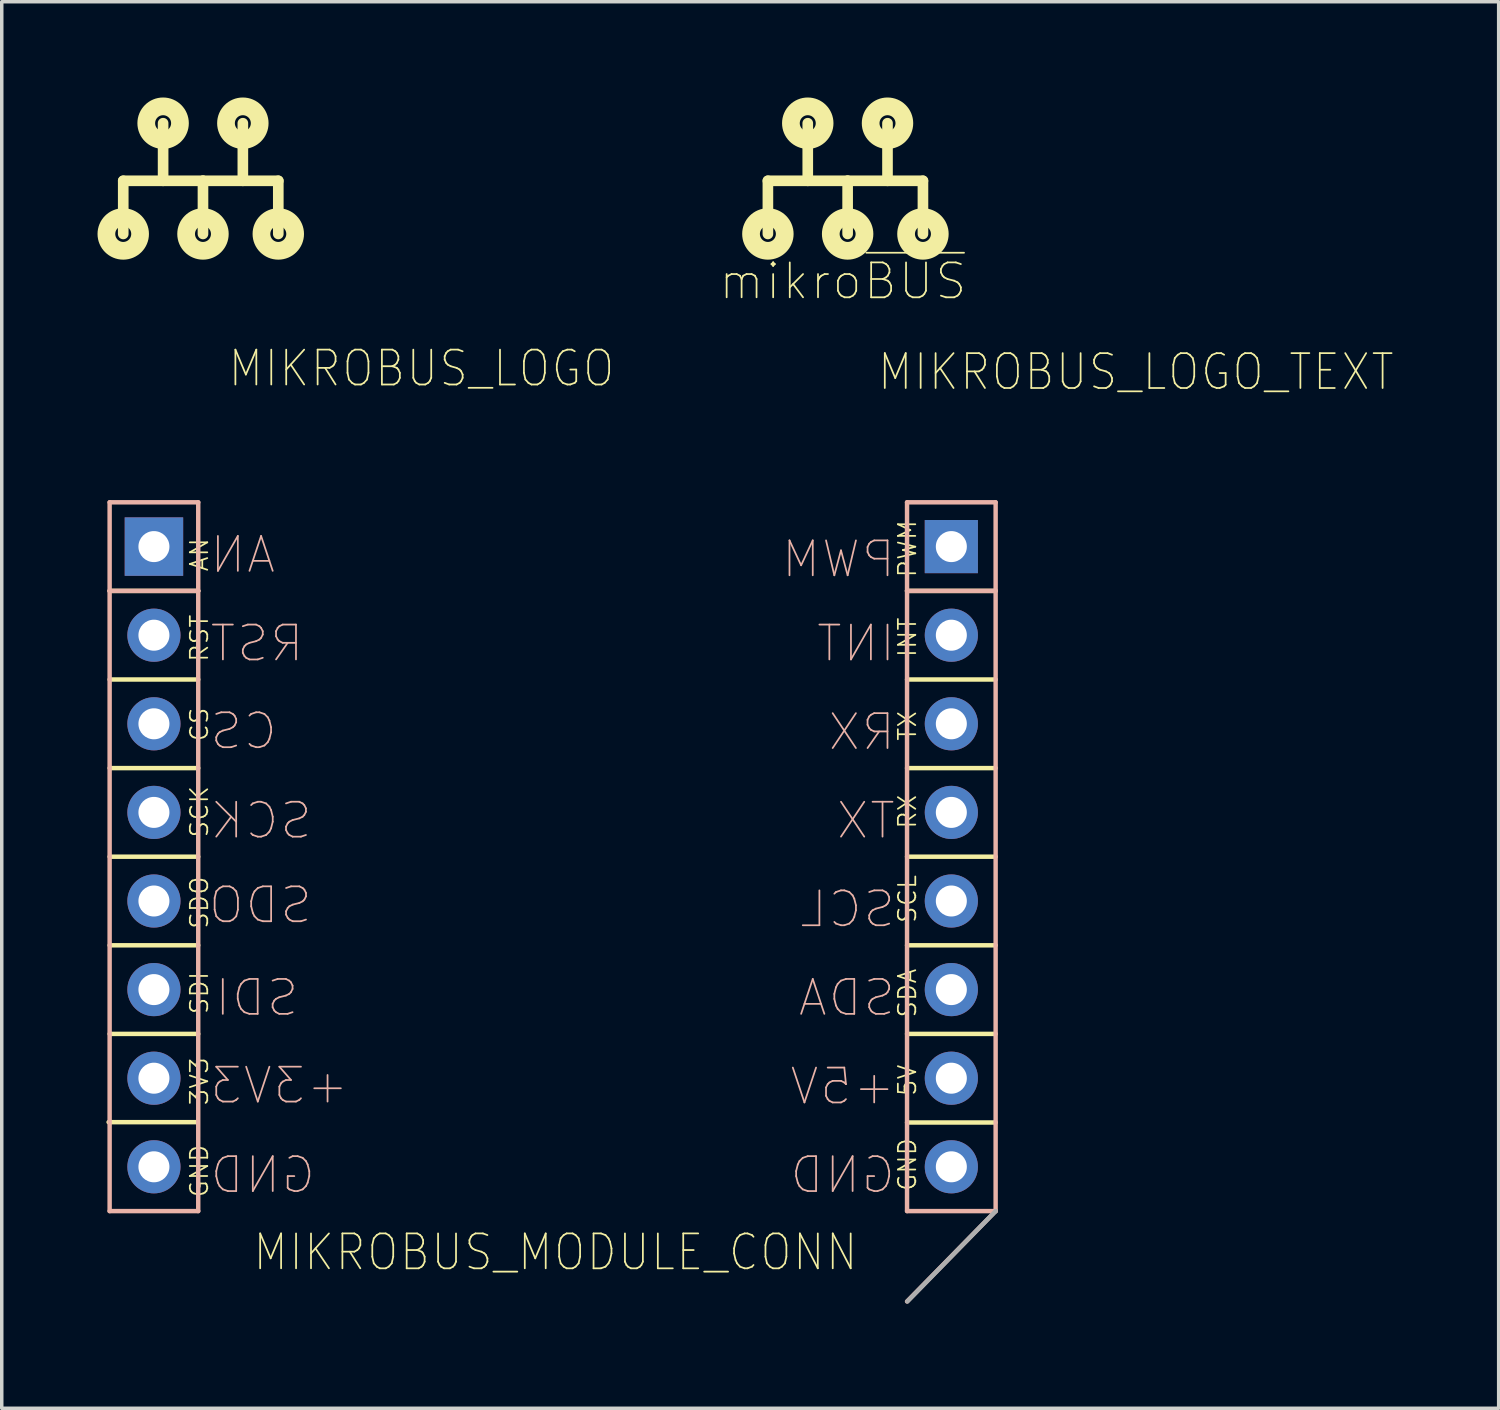
<source format=kicad_pcb>
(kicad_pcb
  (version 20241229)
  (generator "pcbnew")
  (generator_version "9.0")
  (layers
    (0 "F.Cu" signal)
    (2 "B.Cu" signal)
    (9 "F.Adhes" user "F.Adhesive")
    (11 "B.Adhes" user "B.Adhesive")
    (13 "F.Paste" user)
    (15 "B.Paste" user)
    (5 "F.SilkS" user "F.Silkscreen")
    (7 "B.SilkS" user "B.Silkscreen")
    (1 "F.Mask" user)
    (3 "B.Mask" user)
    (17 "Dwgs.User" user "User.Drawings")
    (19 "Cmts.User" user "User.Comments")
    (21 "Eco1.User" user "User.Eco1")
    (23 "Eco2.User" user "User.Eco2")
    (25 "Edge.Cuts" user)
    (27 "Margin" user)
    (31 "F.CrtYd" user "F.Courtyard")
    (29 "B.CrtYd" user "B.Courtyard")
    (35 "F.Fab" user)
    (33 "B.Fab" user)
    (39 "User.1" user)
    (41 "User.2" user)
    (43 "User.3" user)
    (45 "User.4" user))
  (footprint "MIKROBUS_MODULE_CONN"
    (layer "F.Cu")
    (at 1.363 12.62)
    (property "Reference" "MIKROBUS_MODULE_CONN" (at 11.51 20.23 0) (layer "F.SilkS") (effects (font (size 1 0.9) (thickness 0.05))))
    (attr through_hole)
    (fp_line (start -1.3 16.5) (end 1.24 16.5) (stroke (width 0.127) (type solid)) (layer "F.SilkS"))
    (fp_line (start -1.27 1.27) (end 1.27 1.27) (stroke (width 0.127) (type solid)) (layer "F.SilkS"))
    (fp_line (start -1.27 3.81) (end 1.27 3.81) (stroke (width 0.127) (type solid)) (layer "F.SilkS"))
    (fp_line (start -1.27 6.35) (end 1.27 6.35) (stroke (width 0.127) (type solid)) (layer "F.SilkS"))
    (fp_line (start -1.27 8.89) (end 1.27 8.89) (stroke (width 0.127) (type solid)) (layer "F.SilkS"))
    (fp_line (start -1.27 11.43) (end 1.27 11.43) (stroke (width 0.127) (type solid)) (layer "F.SilkS"))
    (fp_line (start -1.27 13.97) (end 1.27 13.97) (stroke (width 0.127) (type solid)) (layer "F.SilkS"))
    (fp_line (start 21.59 1.27) (end 24.13 1.27) (stroke (width 0.127) (type solid)) (layer "F.SilkS"))
    (fp_line (start 21.59 3.81) (end 24.13 3.81) (stroke (width 0.127) (type solid)) (layer "F.SilkS"))
    (fp_line (start 21.59 6.35) (end 24.13 6.35) (stroke (width 0.127) (type solid)) (layer "F.SilkS"))
    (fp_line (start 21.59 8.89) (end 24.13 8.89) (stroke (width 0.127) (type solid)) (layer "F.SilkS"))
    (fp_line (start 21.59 11.43) (end 24.13 11.43) (stroke (width 0.127) (type solid)) (layer "F.SilkS"))
    (fp_line (start 21.59 13.97) (end 24.13 13.97) (stroke (width 0.127) (type solid)) (layer "F.SilkS"))
    (fp_line (start 21.59 16.51) (end 24.13 16.51) (stroke (width 0.127) (type solid)) (layer "F.SilkS"))
    (fp_line (start -1.27 -1.27) (end -1.27 1.27) (stroke (width 0.127) (type solid)) (layer "B.SilkS"))
    (fp_line (start -1.27 1.27) (end -1.27 19.05) (stroke (width 0.127) (type solid)) (layer "B.SilkS"))
    (fp_line (start -1.27 1.27) (end 1.27 1.27) (stroke (width 0.127) (type solid)) (layer "B.SilkS"))
    (fp_line (start -1.27 19.05) (end 1.27 19.05) (stroke (width 0.127) (type solid)) (layer "B.SilkS"))
    (fp_line (start 1.27 -1.27) (end -1.27 -1.27) (stroke (width 0.127) (type solid)) (layer "B.SilkS"))
    (fp_line (start 1.27 1.27) (end 1.27 -1.27) (stroke (width 0.127) (type solid)) (layer "B.SilkS"))
    (fp_line (start 1.27 19.05) (end 1.27 1.27) (stroke (width 0.127) (type solid)) (layer "B.SilkS"))
    (fp_line (start 21.59 -1.27) (end 21.59 1.27) (stroke (width 0.127) (type solid)) (layer "B.SilkS"))
    (fp_line (start 21.59 -1.27) (end 24.13 -1.27) (stroke (width 0.127) (type solid)) (layer "B.SilkS"))
    (fp_line (start 21.59 1.27) (end 21.59 19.05) (stroke (width 0.127) (type solid)) (layer "B.SilkS"))
    (fp_line (start 21.59 1.27) (end 24.13 1.27) (stroke (width 0.127) (type solid)) (layer "B.SilkS"))
    (fp_line (start 21.59 19.05) (end 24.13 19.05) (stroke (width 0.127) (type solid)) (layer "B.SilkS"))
    (fp_line (start 24.13 -1.27) (end 24.13 19.05) (stroke (width 0.127) (type solid)) (layer "B.SilkS"))
    (fp_line (start 24.13 19.05) (end 21.59 21.64) (stroke (width 0.127) (type solid)) (layer "B.SilkS"))
    (fp_line (start 24.13 19.05) (end 21.6 21.64) (stroke (width 0.127) (type solid)) (layer "F.Fab"))
    (fp_text user "GND" (at 21.598 17.715 90) (layer "F.SilkS") (effects (font (size 0.5 0.5) (thickness 0.05))))
    (fp_text user "SDA" (at 21.598 12.8 90) (layer "F.SilkS") (effects (font (size 0.5 0.5) (thickness 0.05))))
    (fp_text user "CS" (at 1.3 5.1 90) (layer "F.SilkS") (effects (font (size 0.5 0.5) (thickness 0.05))))
    (fp_text user "SCL" (at 21.598 10.1 90) (layer "F.SilkS") (effects (font (size 0.5 0.5) (thickness 0.05))))
    (fp_text user "AN" (at 1.3 0.235 90) (layer "F.SilkS") (effects (font (size 0.5 0.5) (thickness 0.05))))
    (fp_text user "INT" (at 21.598 2.6 90) (layer "F.SilkS") (effects (font (size 0.5 0.5) (thickness 0.05))))
    (fp_text user "TX" (at 21.598 5.141 90) (layer "F.SilkS") (effects (font (size 0.5 0.5) (thickness 0.05))))
    (fp_text user "SCK" (at 1.3 7.6 90) (layer "F.SilkS") (effects (font (size 0.5 0.5) (thickness 0.05))))
    (fp_text user "RST" (at 1.3 2.624 90) (layer "F.SilkS") (effects (font (size 0.5 0.5) (thickness 0.05))))
    (fp_text user "3V3" (at 1.3 15.329 90) (layer "F.SilkS") (effects (font (size 0.5 0.5) (thickness 0.05))))
    (fp_text user "5V" (at 21.598 15.3 90) (layer "F.SilkS") (effects (font (size 0.5 0.5) (thickness 0.05))))
    (fp_text user "GND" (at 1.3 17.9 90) (layer "F.SilkS") (effects (font (size 0.5 0.5) (thickness 0.05))))
    (fp_text user "SDI" (at 1.3 12.797 90) (layer "F.SilkS") (effects (font (size 0.5 0.5) (thickness 0.05))))
    (fp_text user "RX" (at 21.598 7.6 90) (layer "F.SilkS") (effects (font (size 0.5 0.5) (thickness 0.05))))
    (fp_text user "SDO" (at 1.3 10.206 90) (layer "F.SilkS") (effects (font (size 0.5 0.5) (thickness 0.05))))
    (fp_text user "PWM" (at 21.598 0.062 90) (layer "F.SilkS") (effects (font (size 0.5 0.5) (thickness 0.05))))
    (fp_text user "GND" (at 3.12 18.015 0) (layer "B.SilkS") (effects (font (size 1 1) (thickness 0.05)) (justify mirror)))
    (fp_text user "+3V3" (at 3.596 15.45 0) (layer "B.SilkS") (effects (font (size 1 1) (thickness 0.05)) (justify mirror)))
    (fp_text user "PWM" (at 19.625 0.362 0) (layer "B.SilkS") (effects (font (size 1 1) (thickness 0.05)) (justify mirror)))
    (fp_text user "TX" (at 20.411 7.855 0) (layer "B.SilkS") (effects (font (size 1 1) (thickness 0.05)) (justify mirror)))
    (fp_text user "SDO" (at 3.05 10.28 0) (layer "B.SilkS") (effects (font (size 1 1) (thickness 0.05)) (justify mirror)))
    (fp_text user "INT" (at 20.125 2.775 0) (layer "B.SilkS") (effects (font (size 1 1) (thickness 0.05)) (justify mirror)))
    (fp_text user "CS" (at 2.572 5.29 0) (layer "B.SilkS") (effects (font (size 1 1) (thickness 0.05)) (justify mirror)))
    (fp_text user "GND" (at 19.744 18.015 0) (layer "B.SilkS") (effects (font (size 1 1) (thickness 0.05)) (justify mirror)))
    (fp_text user "SCL" (at 19.887 10.395 0) (layer "B.SilkS") (effects (font (size 1 1) (thickness 0.05)) (justify mirror)))
    (fp_text user "SDA" (at 19.863 12.935 0) (layer "B.SilkS") (effects (font (size 1 1) (thickness 0.05)) (justify mirror)))
    (fp_text user "+5V" (at 19.744 15.475 0) (layer "B.SilkS") (effects (font (size 1 1) (thickness 0.05)) (justify mirror)))
    (fp_text user "RX" (at 20.291 5.315 0) (layer "B.SilkS") (effects (font (size 1 1) (thickness 0.05)) (justify mirror)))
    (fp_text user "SCK" (at 3.072 7.855 0) (layer "B.SilkS") (effects (font (size 1 1) (thickness 0.05)) (justify mirror)))
    (fp_text user "RST" (at 2.953 2.775 0) (layer "B.SilkS") (effects (font (size 1 1) (thickness 0.05)) (justify mirror)))
    (fp_text user "AN" (at 2.548 0.235 0) (layer "B.SilkS") (effects (font (size 1 1) (thickness 0.05)) (justify mirror)))
    (fp_text user "SDI" (at 2.95 12.935 0) (layer "B.SilkS") (effects (font (size 1 1) (thickness 0.05)) (justify mirror)))
    (pad "P1" thru_hole rect (at 0 0) (size 1.676 1.676) (drill 0.889) (layers "*.Cu" "*.Mask"))
    (pad "P2" thru_hole circle (at 0 2.54) (size 1.524 1.524) (drill 0.889) (layers "*.Cu" "*.Mask"))
    (pad "P3" thru_hole circle (at 0 5.08) (size 1.524 1.524) (drill 0.889) (layers "*.Cu" "*.Mask"))
    (pad "P4" thru_hole circle (at 0 7.62) (size 1.524 1.524) (drill 0.889) (layers "*.Cu" "*.Mask"))
    (pad "P5" thru_hole circle (at 0 10.16) (size 1.524 1.524) (drill 0.889) (layers "*.Cu" "*.Mask"))
    (pad "P6" thru_hole circle (at 0 12.7) (size 1.524 1.524) (drill 0.889) (layers "*.Cu" "*.Mask"))
    (pad "P7" thru_hole circle (at 0 15.24) (size 1.524 1.524) (drill 0.889) (layers "*.Cu" "*.Mask"))
    (pad "P8" thru_hole circle (at 0 17.78) (size 1.524 1.524) (drill 0.889) (layers "*.Cu" "*.Mask"))
    (pad "P9" thru_hole circle (at 22.86 17.78) (size 1.524 1.524) (drill 0.889) (layers "*.Cu" "*.Mask"))
    (pad "P10" thru_hole circle (at 22.86 15.24) (size 1.524 1.524) (drill 0.889) (layers "*.Cu" "*.Mask"))
    (pad "P11" thru_hole circle (at 22.86 12.7) (size 1.524 1.524) (drill 0.889) (layers "*.Cu" "*.Mask"))
    (pad "P12" thru_hole circle (at 22.86 10.16) (size 1.524 1.524) (drill 0.889) (layers "*.Cu" "*.Mask"))
    (pad "P13" thru_hole circle (at 22.86 7.62) (size 1.524 1.524) (drill 0.889) (layers "*.Cu" "*.Mask"))
    (pad "P14" thru_hole circle (at 22.86 5.08) (size 1.524 1.524) (drill 0.889) (layers "*.Cu" "*.Mask"))
    (pad "P15" thru_hole circle (at 22.86 2.54) (size 1.524 1.524) (drill 0.889) (layers "*.Cu" "*.Mask"))
    (pad "P16" thru_hole rect (at 22.86 0) (size 1.524 1.524) (drill 0.889) (layers "*.Cu" "*.Mask")))
  (footprint "MIKROBUS_LOGO"
    (layer "F.Cu")
    (at 2.734 3.613)
    (property "Reference" "MIKROBUS_LOGO" (at 6.3 3.9 0) (layer "F.SilkS") (effects (font (size 1 0.9) (thickness 0.05))))
    (attr exclude_from_pos_files exclude_from_bom)
    (fp_line (start -2.251 -1.48) (end -2.251 0.044) (stroke (width 0.305) (type solid)) (layer "F.SilkS"))
    (fp_line (start -1.108 -1.48) (end -2.251 -1.48) (stroke (width 0.305) (type solid)) (layer "F.SilkS"))
    (fp_line (start -1.108 -1.48) (end -1.108 -3.131) (stroke (width 0.305) (type solid)) (layer "F.SilkS"))
    (fp_line (start 0.035 -1.48) (end -1.108 -1.48) (stroke (width 0.305) (type solid)) (layer "F.SilkS"))
    (fp_line (start 0.035 -1.48) (end 0.035 0.044) (stroke (width 0.305) (type solid)) (layer "F.SilkS"))
    (fp_line (start 1.178 -1.48) (end 0.035 -1.48) (stroke (width 0.305) (type solid)) (layer "F.SilkS"))
    (fp_line (start 1.178 -1.48) (end 1.178 -3.131) (stroke (width 0.305) (type solid)) (layer "F.SilkS"))
    (fp_line (start 2.194 -1.48) (end 1.178 -1.48) (stroke (width 0.305) (type solid)) (layer "F.SilkS"))
    (fp_line (start 2.194 -1.48) (end 2.194 0.044) (stroke (width 0.305) (type solid)) (layer "F.SilkS"))
    (fp_circle (center -2.251 0.044) (end -2.022 0.044) (stroke (width 0.508) (type solid)) (fill no) (layer "F.SilkS"))
    (fp_circle (center -1.108 -3.131) (end -0.879 -3.131) (stroke (width 0.508) (type solid)) (fill no) (layer "F.SilkS"))
    (fp_circle (center 0.035 0.044) (end 0.264 0.044) (stroke (width 0.508) (type solid)) (fill no) (layer "F.SilkS"))
    (fp_circle (center 1.178 -3.131) (end 1.407 -3.131) (stroke (width 0.508) (type solid)) (fill no) (layer "F.SilkS"))
    (fp_circle (center 2.194 0.044) (end 2.423 0.044) (stroke (width 0.508) (type solid)) (fill no) (layer "F.SilkS")))
  (footprint "MIKROBUS_LOGO_TEXT"
    (layer "F.Cu")
    (at 21.215 3.613)
    (property "Reference" "MIKROBUS_LOGO_TEXT" (at 8.3 4 0) (layer "F.SilkS") (effects (font (size 1 0.9) (thickness 0.05))))
    (attr exclude_from_pos_files exclude_from_bom)
    (fp_line (start -2.251 -1.48) (end -2.251 0.044) (stroke (width 0.305) (type solid)) (layer "F.SilkS"))
    (fp_line (start -1.108 -1.48) (end -2.251 -1.48) (stroke (width 0.305) (type solid)) (layer "F.SilkS"))
    (fp_line (start -1.108 -1.48) (end -1.108 -3.131) (stroke (width 0.305) (type solid)) (layer "F.SilkS"))
    (fp_line (start 0.035 -1.48) (end -1.108 -1.48) (stroke (width 0.305) (type solid)) (layer "F.SilkS"))
    (fp_line (start 0.035 -1.48) (end 0.035 0.044) (stroke (width 0.305) (type solid)) (layer "F.SilkS"))
    (fp_line (start 1.178 -1.48) (end 0.035 -1.48) (stroke (width 0.305) (type solid)) (layer "F.SilkS"))
    (fp_line (start 1.178 -1.48) (end 1.178 -3.131) (stroke (width 0.305) (type solid)) (layer "F.SilkS"))
    (fp_line (start 2.194 -1.48) (end 1.178 -1.48) (stroke (width 0.305) (type solid)) (layer "F.SilkS"))
    (fp_line (start 2.194 -1.48) (end 2.194 0.044) (stroke (width 0.305) (type solid)) (layer "F.SilkS"))
    (fp_circle (center -2.251 0.044) (end -2.022 0.044) (stroke (width 0.508) (type solid)) (fill no) (layer "F.SilkS"))
    (fp_circle (center -1.108 -3.131) (end -0.879 -3.131) (stroke (width 0.508) (type solid)) (fill no) (layer "F.SilkS"))
    (fp_circle (center 0.035 0.044) (end 0.264 0.044) (stroke (width 0.508) (type solid)) (fill no) (layer "F.SilkS"))
    (fp_circle (center 1.178 -3.131) (end 1.407 -3.131) (stroke (width 0.508) (type solid)) (fill no) (layer "F.SilkS"))
    (fp_circle (center 2.194 0.044) (end 2.423 0.044) (stroke (width 0.508) (type solid)) (fill no) (layer "F.SilkS"))
    (fp_text user "mikro~{BUS}" (at -0.1 1.4 0) (layer "F.SilkS") (effects (font (size 1 1) (thickness 0.05)))))
  (gr_rect
    (start -3 -3)
    (end 39.914 37.323)
    (stroke (width 0.1) (type default))
    (fill no)
    (layer "Edge.Cuts")))
</source>
